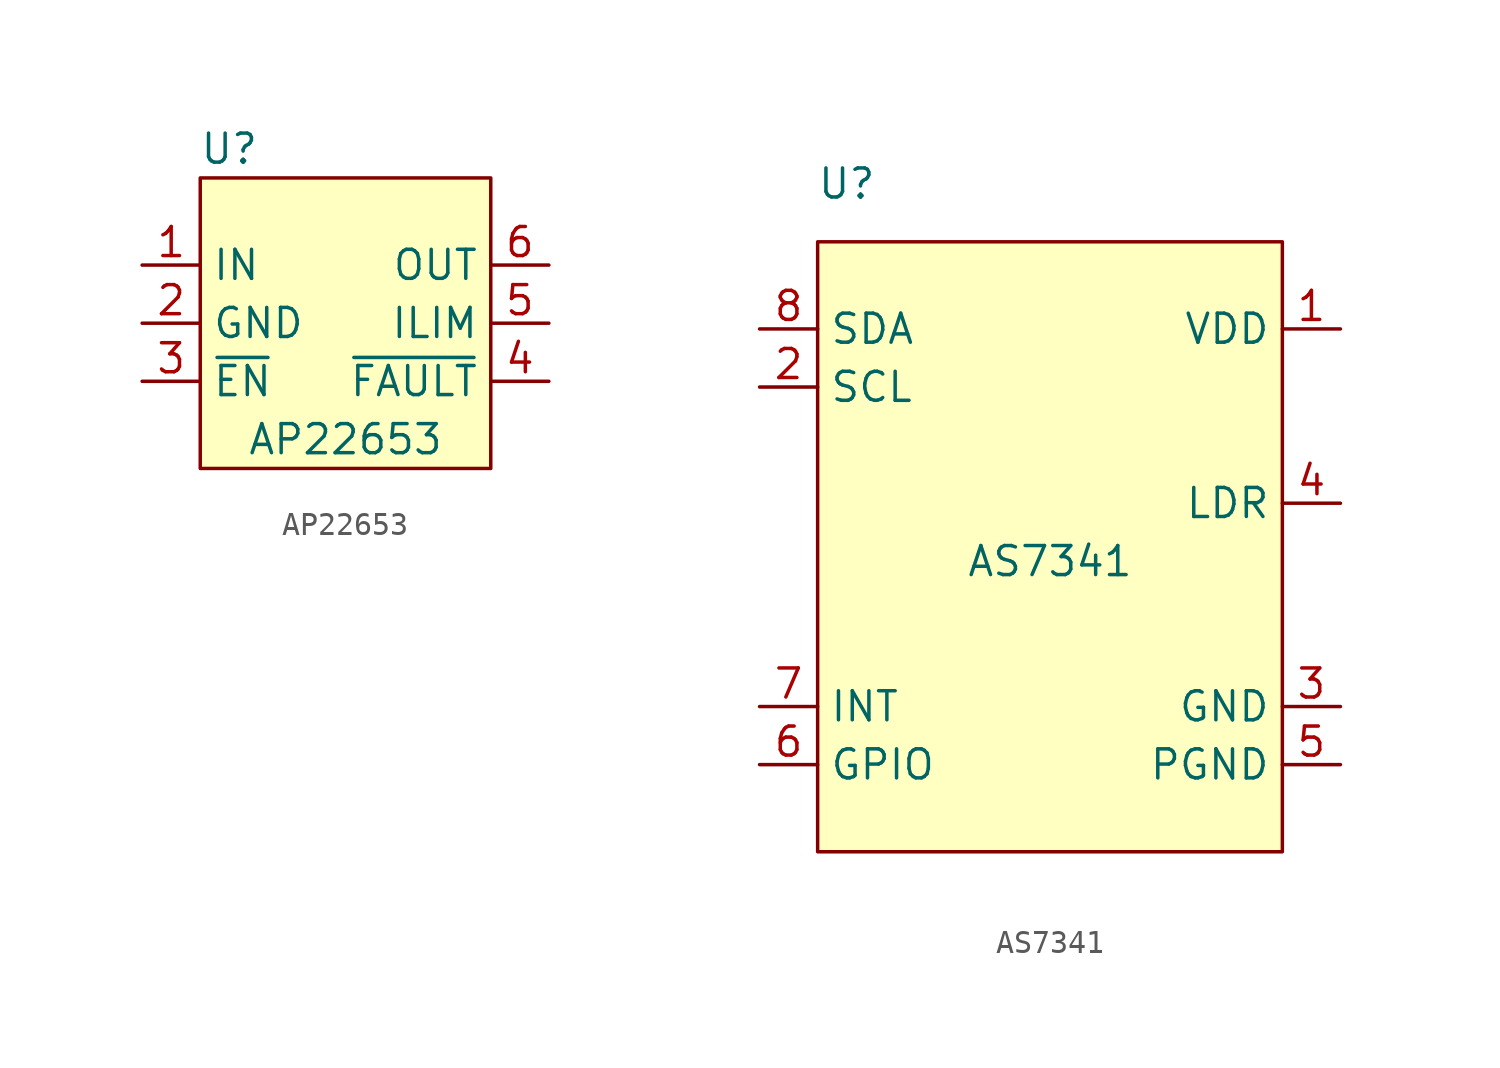
<source format=kicad_sym>
(kicad_symbol_lib
  (version 20211014)
  (generator kicad_symbol_editor)
  (symbol "AP22653"
    (property "Reference" "U"
      (at -5.08 7.62 0)
      (effects (font (size 1.27 1.27))))
    (property "Value" "AP22653"
      (at 0 -5.08 0)
      (effects (font (size 1.27 1.27))))
    (symbol "AP22653_0_1"
      (rectangle (start -6.35 6.35) (end 6.35 -6.35) (stroke (width 0.152) (type default) (color 0 0 0 0)) (fill (type background))))
    (symbol "AP22653_1_1"
      (pin power_in line (at -8.89 2.54 0) (length 2.54) (name "IN" (effects (font (size 1.27 1.27)))) (number "1" (effects (font (size 1.27 1.27)))))
      (pin power_out line (at -8.89 0 0) (length 2.54) (name "GND" (effects (font (size 1.27 1.27)))) (number "2" (effects (font (size 1.27 1.27)))))
      (pin input line (at -8.89 -2.54 0) (length 2.54) (name "~{EN}" (effects (font (size 1.27 1.27)))) (number "3" (effects (font (size 1.27 1.27)))))
      (pin output line (at 8.89 -2.54 180) (length 2.54) (name "~{FAULT}" (effects (font (size 1.27 1.27)))) (number "4" (effects (font (size 1.27 1.27)))))
      (pin open_emitter line (at 8.89 0 180) (length 2.54) (name "ILIM" (effects (font (size 1.27 1.27)))) (number "5" (effects (font (size 1.27 1.27)))))
      (pin power_out line (at 8.89 2.54 180) (length 2.54) (name "OUT" (effects (font (size 1.27 1.27)))) (number "6" (effects (font (size 1.27 1.27)))))))
  (symbol "AS7341"
    (property "Reference" "U"
      (at -8.89 16.51 0)
      (effects (font (size 1.27 1.27))))
    (property "Value" "AS7341"
      (at 0 0 0)
      (effects (font (size 1.27 1.27))))
    (symbol "AS7341_0_1"
      (rectangle (start -10.16 13.97) (end 10.16 -12.7) (stroke (width 0.152) (type default) (color 0 0 0 0)) (fill (type background))))
    (symbol "AS7341_1_1"
      (pin power_in line (at 12.7 10.16 180) (length 2.54) (name "VDD" (effects (font (size 1.27 1.27)))) (number "1" (effects (font (size 1.27 1.27)))))
      (pin input line (at -12.7 7.62 0) (length 2.54) (name "SCL" (effects (font (size 1.27 1.27)))) (number "2" (effects (font (size 1.27 1.27)))))
      (pin power_in line (at 12.7 -6.35 180) (length 2.54) (name "GND" (effects (font (size 1.27 1.27)))) (number "3" (effects (font (size 1.27 1.27)))))
      (pin power_in line (at 12.7 2.54 180) (length 2.54) (name "LDR" (effects (font (size 1.27 1.27)))) (number "4" (effects (font (size 1.27 1.27)))))
      (pin power_in line (at 12.7 -8.89 180) (length 2.54) (name "PGND" (effects (font (size 1.27 1.27)))) (number "5" (effects (font (size 1.27 1.27)))))
      (pin bidirectional line (at -12.7 -8.89 0) (length 2.54) (name "GPIO" (effects (font (size 1.27 1.27)))) (number "6" (effects (font (size 1.27 1.27)))))
      (pin output line (at -12.7 -6.35 0) (length 2.54) (name "INT" (effects (font (size 1.27 1.27)))) (number "7" (effects (font (size 1.27 1.27)))))
      (pin bidirectional line (at -12.7 10.16 0) (length 2.54) (name "SDA" (effects (font (size 1.27 1.27)))) (number "8" (effects (font (size 1.27 1.27))))))))
</source>
